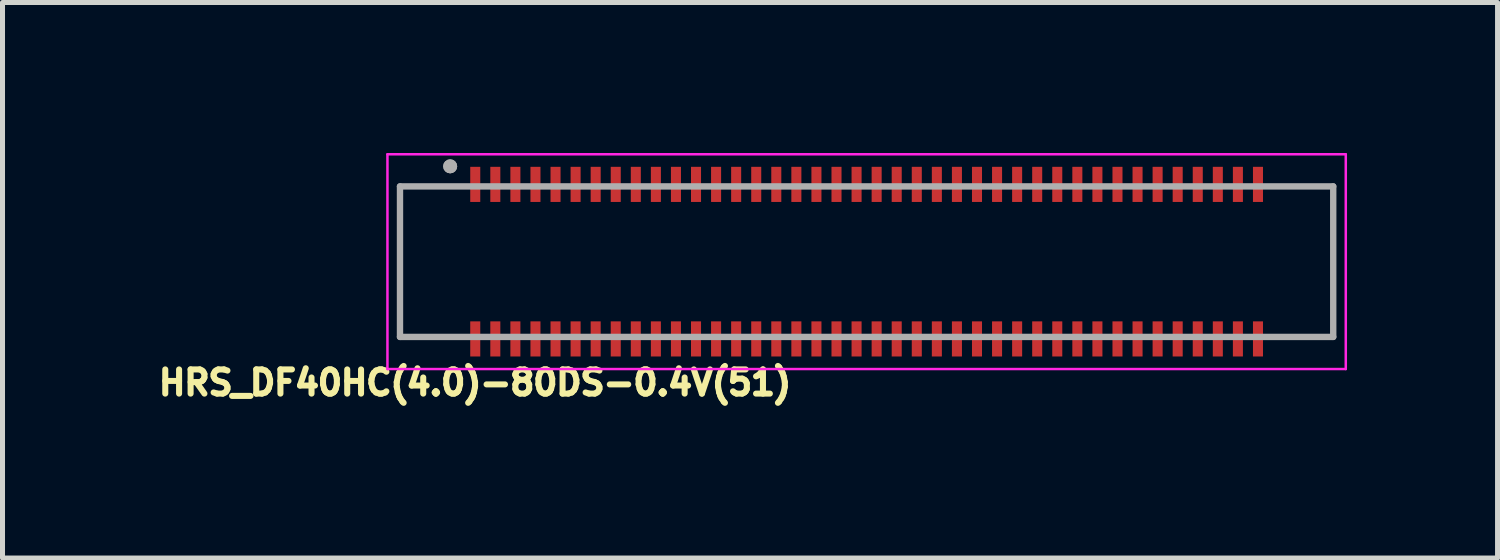
<source format=kicad_pcb>
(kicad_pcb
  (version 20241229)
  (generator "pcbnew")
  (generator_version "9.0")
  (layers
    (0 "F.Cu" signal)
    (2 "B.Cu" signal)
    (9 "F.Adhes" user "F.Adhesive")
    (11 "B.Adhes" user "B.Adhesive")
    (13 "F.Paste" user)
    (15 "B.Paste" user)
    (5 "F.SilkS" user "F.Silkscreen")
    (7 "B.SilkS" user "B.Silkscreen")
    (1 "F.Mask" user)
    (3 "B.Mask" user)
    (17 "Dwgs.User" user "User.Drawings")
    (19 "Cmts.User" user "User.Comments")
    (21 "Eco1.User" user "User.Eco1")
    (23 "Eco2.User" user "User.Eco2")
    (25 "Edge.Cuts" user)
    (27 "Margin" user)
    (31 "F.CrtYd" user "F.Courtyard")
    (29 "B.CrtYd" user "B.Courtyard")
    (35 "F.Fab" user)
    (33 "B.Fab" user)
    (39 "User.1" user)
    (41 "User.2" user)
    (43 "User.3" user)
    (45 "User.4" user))
  (footprint "HRS_DF40HC(4.0)-80DS-0.4V(51)"
    (layer "F.Cu")
    (at 14.222 2.165)
    (property "Reference" "HRS_DF40HC(4.0)-80DS-0.4V(51)" (at -7.804 2.413 0) (layer "F.SilkS") (effects (font (size 0.482 0.482) (thickness 0.15))))
    (attr smd)
    (fp_line (start -9.55 -2.14) (end -9.55 2.14) (stroke (width 0.05) (type solid)) (layer "F.CrtYd"))
    (fp_line (start -9.55 2.14) (end 9.55 2.14) (stroke (width 0.05) (type solid)) (layer "F.CrtYd"))
    (fp_line (start 9.55 -2.14) (end -9.55 -2.14) (stroke (width 0.05) (type solid)) (layer "F.CrtYd"))
    (fp_line (start 9.55 2.14) (end 9.55 -2.14) (stroke (width 0.05) (type solid)) (layer "F.CrtYd"))
    (fp_line (start -9.3 -1.5) (end -9.3 1.5) (stroke (width 0.127) (type solid)) (layer "F.Fab"))
    (fp_line (start -9.3 1.5) (end 9.3 1.5) (stroke (width 0.127) (type solid)) (layer "F.Fab"))
    (fp_line (start 9.3 -1.5) (end -9.3 -1.5) (stroke (width 0.127) (type solid)) (layer "F.Fab"))
    (fp_line (start 9.3 1.5) (end 9.3 -1.5) (stroke (width 0.127) (type solid)) (layer "F.Fab"))
    (fp_circle (center -8.3 -1.9) (end -8.23 -1.9) (stroke (width 0.14) (type solid)) (fill no) (layer "F.Fab"))
    (fp_circle (center -8.3 -1.9) (end -8.23 -1.9) (stroke (width 0.14) (type solid)) (fill no) (layer "F.Fab"))
    (pad "1" smd rect (at -7.8 -1.54) (size 0.2 0.7) (layers "F.Cu" "F.Mask" "F.Paste"))
    (pad "2" smd rect (at -7.8 1.54 180) (size 0.2 0.7) (layers "F.Cu" "F.Mask" "F.Paste"))
    (pad "3" smd rect (at -7.4 -1.54) (size 0.2 0.7) (layers "F.Cu" "F.Mask" "F.Paste"))
    (pad "4" smd rect (at -7.4 1.54 180) (size 0.2 0.7) (layers "F.Cu" "F.Mask" "F.Paste"))
    (pad "5" smd rect (at -7 -1.54) (size 0.2 0.7) (layers "F.Cu" "F.Mask" "F.Paste"))
    (pad "6" smd rect (at -7 1.54 180) (size 0.2 0.7) (layers "F.Cu" "F.Mask" "F.Paste"))
    (pad "7" smd rect (at -6.6 -1.54) (size 0.2 0.7) (layers "F.Cu" "F.Mask" "F.Paste"))
    (pad "8" smd rect (at -6.6 1.54 180) (size 0.2 0.7) (layers "F.Cu" "F.Mask" "F.Paste"))
    (pad "9" smd rect (at -6.2 -1.54) (size 0.2 0.7) (layers "F.Cu" "F.Mask" "F.Paste"))
    (pad "10" smd rect (at -6.2 1.54 180) (size 0.2 0.7) (layers "F.Cu" "F.Mask" "F.Paste"))
    (pad "11" smd rect (at -5.8 -1.54) (size 0.2 0.7) (layers "F.Cu" "F.Mask" "F.Paste"))
    (pad "12" smd rect (at -5.8 1.54 180) (size 0.2 0.7) (layers "F.Cu" "F.Mask" "F.Paste"))
    (pad "13" smd rect (at -5.4 -1.54) (size 0.2 0.7) (layers "F.Cu" "F.Mask" "F.Paste"))
    (pad "14" smd rect (at -5.4 1.54 180) (size 0.2 0.7) (layers "F.Cu" "F.Mask" "F.Paste"))
    (pad "15" smd rect (at -5 -1.54) (size 0.2 0.7) (layers "F.Cu" "F.Mask" "F.Paste"))
    (pad "16" smd rect (at -5 1.54 180) (size 0.2 0.7) (layers "F.Cu" "F.Mask" "F.Paste"))
    (pad "17" smd rect (at -4.6 -1.54) (size 0.2 0.7) (layers "F.Cu" "F.Mask" "F.Paste"))
    (pad "18" smd rect (at -4.6 1.54 180) (size 0.2 0.7) (layers "F.Cu" "F.Mask" "F.Paste"))
    (pad "19" smd rect (at -4.2 -1.54) (size 0.2 0.7) (layers "F.Cu" "F.Mask" "F.Paste"))
    (pad "20" smd rect (at -4.2 1.54 180) (size 0.2 0.7) (layers "F.Cu" "F.Mask" "F.Paste"))
    (pad "21" smd rect (at -3.8 -1.54) (size 0.2 0.7) (layers "F.Cu" "F.Mask" "F.Paste"))
    (pad "22" smd rect (at -3.8 1.54 180) (size 0.2 0.7) (layers "F.Cu" "F.Mask" "F.Paste"))
    (pad "23" smd rect (at -3.4 -1.54) (size 0.2 0.7) (layers "F.Cu" "F.Mask" "F.Paste"))
    (pad "24" smd rect (at -3.4 1.54 180) (size 0.2 0.7) (layers "F.Cu" "F.Mask" "F.Paste"))
    (pad "25" smd rect (at -3 -1.54) (size 0.2 0.7) (layers "F.Cu" "F.Mask" "F.Paste"))
    (pad "26" smd rect (at -3 1.54 180) (size 0.2 0.7) (layers "F.Cu" "F.Mask" "F.Paste"))
    (pad "27" smd rect (at -2.6 -1.54) (size 0.2 0.7) (layers "F.Cu" "F.Mask" "F.Paste"))
    (pad "28" smd rect (at -2.6 1.54 180) (size 0.2 0.7) (layers "F.Cu" "F.Mask" "F.Paste"))
    (pad "29" smd rect (at -2.2 -1.54) (size 0.2 0.7) (layers "F.Cu" "F.Mask" "F.Paste"))
    (pad "30" smd rect (at -2.2 1.54 180) (size 0.2 0.7) (layers "F.Cu" "F.Mask" "F.Paste"))
    (pad "31" smd rect (at -1.8 -1.54) (size 0.2 0.7) (layers "F.Cu" "F.Mask" "F.Paste"))
    (pad "32" smd rect (at -1.8 1.54 180) (size 0.2 0.7) (layers "F.Cu" "F.Mask" "F.Paste"))
    (pad "33" smd rect (at -1.4 -1.54) (size 0.2 0.7) (layers "F.Cu" "F.Mask" "F.Paste"))
    (pad "34" smd rect (at -1.4 1.54 180) (size 0.2 0.7) (layers "F.Cu" "F.Mask" "F.Paste"))
    (pad "35" smd rect (at -1 -1.54) (size 0.2 0.7) (layers "F.Cu" "F.Mask" "F.Paste"))
    (pad "36" smd rect (at -1 1.54 180) (size 0.2 0.7) (layers "F.Cu" "F.Mask" "F.Paste"))
    (pad "37" smd rect (at -0.6 -1.54) (size 0.2 0.7) (layers "F.Cu" "F.Mask" "F.Paste"))
    (pad "38" smd rect (at -0.6 1.54 180) (size 0.2 0.7) (layers "F.Cu" "F.Mask" "F.Paste"))
    (pad "39" smd rect (at -0.2 -1.54) (size 0.2 0.7) (layers "F.Cu" "F.Mask" "F.Paste"))
    (pad "40" smd rect (at -0.2 1.54 180) (size 0.2 0.7) (layers "F.Cu" "F.Mask" "F.Paste"))
    (pad "41" smd rect (at 0.2 -1.54) (size 0.2 0.7) (layers "F.Cu" "F.Mask" "F.Paste"))
    (pad "42" smd rect (at 0.2 1.54 180) (size 0.2 0.7) (layers "F.Cu" "F.Mask" "F.Paste"))
    (pad "43" smd rect (at 0.6 -1.54) (size 0.2 0.7) (layers "F.Cu" "F.Mask" "F.Paste"))
    (pad "44" smd rect (at 0.6 1.54 180) (size 0.2 0.7) (layers "F.Cu" "F.Mask" "F.Paste"))
    (pad "45" smd rect (at 1 -1.54) (size 0.2 0.7) (layers "F.Cu" "F.Mask" "F.Paste"))
    (pad "46" smd rect (at 1 1.54 180) (size 0.2 0.7) (layers "F.Cu" "F.Mask" "F.Paste"))
    (pad "47" smd rect (at 1.4 -1.54) (size 0.2 0.7) (layers "F.Cu" "F.Mask" "F.Paste"))
    (pad "48" smd rect (at 1.4 1.54 180) (size 0.2 0.7) (layers "F.Cu" "F.Mask" "F.Paste"))
    (pad "49" smd rect (at 1.8 -1.54) (size 0.2 0.7) (layers "F.Cu" "F.Mask" "F.Paste"))
    (pad "50" smd rect (at 1.8 1.54 180) (size 0.2 0.7) (layers "F.Cu" "F.Mask" "F.Paste"))
    (pad "51" smd rect (at 2.2 -1.54) (size 0.2 0.7) (layers "F.Cu" "F.Mask" "F.Paste"))
    (pad "52" smd rect (at 2.2 1.54 180) (size 0.2 0.7) (layers "F.Cu" "F.Mask" "F.Paste"))
    (pad "53" smd rect (at 2.6 -1.54) (size 0.2 0.7) (layers "F.Cu" "F.Mask" "F.Paste"))
    (pad "54" smd rect (at 2.6 1.54 180) (size 0.2 0.7) (layers "F.Cu" "F.Mask" "F.Paste"))
    (pad "55" smd rect (at 3 -1.54) (size 0.2 0.7) (layers "F.Cu" "F.Mask" "F.Paste"))
    (pad "56" smd rect (at 3 1.54 180) (size 0.2 0.7) (layers "F.Cu" "F.Mask" "F.Paste"))
    (pad "57" smd rect (at 3.4 -1.54) (size 0.2 0.7) (layers "F.Cu" "F.Mask" "F.Paste"))
    (pad "58" smd rect (at 3.4 1.54 180) (size 0.2 0.7) (layers "F.Cu" "F.Mask" "F.Paste"))
    (pad "59" smd rect (at 3.8 -1.54) (size 0.2 0.7) (layers "F.Cu" "F.Mask" "F.Paste"))
    (pad "60" smd rect (at 3.8 1.54 180) (size 0.2 0.7) (layers "F.Cu" "F.Mask" "F.Paste"))
    (pad "61" smd rect (at 4.2 -1.54) (size 0.2 0.7) (layers "F.Cu" "F.Mask" "F.Paste"))
    (pad "62" smd rect (at 4.2 1.54 180) (size 0.2 0.7) (layers "F.Cu" "F.Mask" "F.Paste"))
    (pad "63" smd rect (at 4.6 -1.54) (size 0.2 0.7) (layers "F.Cu" "F.Mask" "F.Paste"))
    (pad "64" smd rect (at 4.6 1.54 180) (size 0.2 0.7) (layers "F.Cu" "F.Mask" "F.Paste"))
    (pad "65" smd rect (at 5 -1.54) (size 0.2 0.7) (layers "F.Cu" "F.Mask" "F.Paste"))
    (pad "66" smd rect (at 5 1.54 180) (size 0.2 0.7) (layers "F.Cu" "F.Mask" "F.Paste"))
    (pad "67" smd rect (at 5.4 -1.54) (size 0.2 0.7) (layers "F.Cu" "F.Mask" "F.Paste"))
    (pad "68" smd rect (at 5.4 1.54 180) (size 0.2 0.7) (layers "F.Cu" "F.Mask" "F.Paste"))
    (pad "69" smd rect (at 5.8 -1.54) (size 0.2 0.7) (layers "F.Cu" "F.Mask" "F.Paste"))
    (pad "70" smd rect (at 5.8 1.54 180) (size 0.2 0.7) (layers "F.Cu" "F.Mask" "F.Paste"))
    (pad "71" smd rect (at 6.2 -1.54) (size 0.2 0.7) (layers "F.Cu" "F.Mask" "F.Paste"))
    (pad "72" smd rect (at 6.2 1.54 180) (size 0.2 0.7) (layers "F.Cu" "F.Mask" "F.Paste"))
    (pad "73" smd rect (at 6.6 -1.54) (size 0.2 0.7) (layers "F.Cu" "F.Mask" "F.Paste"))
    (pad "74" smd rect (at 6.6 1.54 180) (size 0.2 0.7) (layers "F.Cu" "F.Mask" "F.Paste"))
    (pad "75" smd rect (at 7 -1.54) (size 0.2 0.7) (layers "F.Cu" "F.Mask" "F.Paste"))
    (pad "76" smd rect (at 7 1.54 180) (size 0.2 0.7) (layers "F.Cu" "F.Mask" "F.Paste"))
    (pad "77" smd rect (at 7.4 -1.54) (size 0.2 0.7) (layers "F.Cu" "F.Mask" "F.Paste"))
    (pad "78" smd rect (at 7.4 1.54 180) (size 0.2 0.7) (layers "F.Cu" "F.Mask" "F.Paste"))
    (pad "79" smd rect (at 7.8 -1.54) (size 0.2 0.7) (layers "F.Cu" "F.Mask" "F.Paste"))
    (pad "80" smd rect (at 7.8 1.54 180) (size 0.2 0.7) (layers "F.Cu" "F.Mask" "F.Paste"))
    (zone (net_name "") (layer "F.Cu") (hatch full 0.508) (connect_pads) (min_thickness 0) (filled_areas_thickness no) (keepout (tracks not_allowed) (vias not_allowed) (pads not_allowed) (copperpour not_allowed) (footprints allowed)) (placement (enabled no)) (fill) (polygon (pts (xy 6.322 3.355) (xy 6.522 3.355) (xy 6.522 2.625) (xy 6.322 2.625))))
    (zone (net_name "") (layer "F.Cu") (hatch full 0.508) (connect_pads) (min_thickness 0) (filled_areas_thickness no) (keepout (tracks not_allowed) (vias not_allowed) (pads not_allowed) (copperpour not_allowed) (footprints allowed)) (placement (enabled no)) (fill) (polygon (pts (xy 6.522 0.975) (xy 6.322 0.975) (xy 6.322 1.705) (xy 6.522 1.705))))
    (zone (net_name "") (layer "F.Cu") (hatch full 0.508) (connect_pads) (min_thickness 0) (filled_areas_thickness no) (keepout (tracks not_allowed) (vias not_allowed) (pads not_allowed) (copperpour not_allowed) (footprints allowed)) (placement (enabled no)) (fill) (polygon (pts (xy 6.722 3.355) (xy 6.922 3.355) (xy 6.922 2.625) (xy 6.722 2.625))))
    (zone (net_name "") (layer "F.Cu") (hatch full 0.508) (connect_pads) (min_thickness 0) (filled_areas_thickness no) (keepout (tracks not_allowed) (vias not_allowed) (pads not_allowed) (copperpour not_allowed) (footprints allowed)) (placement (enabled no)) (fill) (polygon (pts (xy 6.922 0.975) (xy 6.722 0.975) (xy 6.722 1.705) (xy 6.922 1.705))))
    (zone (net_name "") (layer "F.Cu") (hatch full 0.508) (connect_pads) (min_thickness 0) (filled_areas_thickness no) (keepout (tracks not_allowed) (vias not_allowed) (pads not_allowed) (copperpour not_allowed) (footprints allowed)) (placement (enabled no)) (fill) (polygon (pts (xy 7.122 3.355) (xy 7.322 3.355) (xy 7.322 2.625) (xy 7.122 2.625))))
    (zone (net_name "") (layer "F.Cu") (hatch full 0.508) (connect_pads) (min_thickness 0) (filled_areas_thickness no) (keepout (tracks not_allowed) (vias not_allowed) (pads not_allowed) (copperpour not_allowed) (footprints allowed)) (placement (enabled no)) (fill) (polygon (pts (xy 7.322 0.975) (xy 7.122 0.975) (xy 7.122 1.705) (xy 7.322 1.705))))
    (zone (net_name "") (layer "F.Cu") (hatch full 0.508) (connect_pads) (min_thickness 0) (filled_areas_thickness no) (keepout (tracks not_allowed) (vias not_allowed) (pads not_allowed) (copperpour not_allowed) (footprints allowed)) (placement (enabled no)) (fill) (polygon (pts (xy 7.522 3.355) (xy 7.722 3.355) (xy 7.722 2.625) (xy 7.522 2.625))))
    (zone (net_name "") (layer "F.Cu") (hatch full 0.508) (connect_pads) (min_thickness 0) (filled_areas_thickness no) (keepout (tracks not_allowed) (vias not_allowed) (pads not_allowed) (copperpour not_allowed) (footprints allowed)) (placement (enabled no)) (fill) (polygon (pts (xy 7.722 0.975) (xy 7.522 0.975) (xy 7.522 1.705) (xy 7.722 1.705))))
    (zone (net_name "") (layer "F.Cu") (hatch full 0.508) (connect_pads) (min_thickness 0) (filled_areas_thickness no) (keepout (tracks not_allowed) (vias not_allowed) (pads not_allowed) (copperpour not_allowed) (footprints allowed)) (placement (enabled no)) (fill) (polygon (pts (xy 7.922 3.355) (xy 8.122 3.355) (xy 8.122 2.625) (xy 7.922 2.625))))
    (zone (net_name "") (layer "F.Cu") (hatch full 0.508) (connect_pads) (min_thickness 0) (filled_areas_thickness no) (keepout (tracks not_allowed) (vias not_allowed) (pads not_allowed) (copperpour not_allowed) (footprints allowed)) (placement (enabled no)) (fill) (polygon (pts (xy 8.122 0.975) (xy 7.922 0.975) (xy 7.922 1.705) (xy 8.122 1.705))))
    (zone (net_name "") (layer "F.Cu") (hatch full 0.508) (connect_pads) (min_thickness 0) (filled_areas_thickness no) (keepout (tracks not_allowed) (vias not_allowed) (pads not_allowed) (copperpour not_allowed) (footprints allowed)) (placement (enabled no)) (fill) (polygon (pts (xy 8.322 3.355) (xy 8.522 3.355) (xy 8.522 2.625) (xy 8.322 2.625))))
    (zone (net_name "") (layer "F.Cu") (hatch full 0.508) (connect_pads) (min_thickness 0) (filled_areas_thickness no) (keepout (tracks not_allowed) (vias not_allowed) (pads not_allowed) (copperpour not_allowed) (footprints allowed)) (placement (enabled no)) (fill) (polygon (pts (xy 8.522 0.975) (xy 8.322 0.975) (xy 8.322 1.705) (xy 8.522 1.705))))
    (zone (net_name "") (layer "F.Cu") (hatch full 0.508) (connect_pads) (min_thickness 0) (filled_areas_thickness no) (keepout (tracks not_allowed) (vias not_allowed) (pads not_allowed) (copperpour not_allowed) (footprints allowed)) (placement (enabled no)) (fill) (polygon (pts (xy 8.722 3.355) (xy 8.922 3.355) (xy 8.922 2.625) (xy 8.722 2.625))))
    (zone (net_name "") (layer "F.Cu") (hatch full 0.508) (connect_pads) (min_thickness 0) (filled_areas_thickness no) (keepout (tracks not_allowed) (vias not_allowed) (pads not_allowed) (copperpour not_allowed) (footprints allowed)) (placement (enabled no)) (fill) (polygon (pts (xy 8.922 0.975) (xy 8.722 0.975) (xy 8.722 1.705) (xy 8.922 1.705))))
    (zone (net_name "") (layer "F.Cu") (hatch full 0.508) (connect_pads) (min_thickness 0) (filled_areas_thickness no) (keepout (tracks not_allowed) (vias not_allowed) (pads not_allowed) (copperpour not_allowed) (footprints allowed)) (placement (enabled no)) (fill) (polygon (pts (xy 9.122 3.355) (xy 9.322 3.355) (xy 9.322 2.625) (xy 9.122 2.625))))
    (zone (net_name "") (layer "F.Cu") (hatch full 0.508) (connect_pads) (min_thickness 0) (filled_areas_thickness no) (keepout (tracks not_allowed) (vias not_allowed) (pads not_allowed) (copperpour not_allowed) (footprints allowed)) (placement (enabled no)) (fill) (polygon (pts (xy 9.322 0.975) (xy 9.122 0.975) (xy 9.122 1.705) (xy 9.322 1.705))))
    (zone (net_name "") (layer "F.Cu") (hatch full 0.508) (connect_pads) (min_thickness 0) (filled_areas_thickness no) (keepout (tracks not_allowed) (vias not_allowed) (pads not_allowed) (copperpour not_allowed) (footprints allowed)) (placement (enabled no)) (fill) (polygon (pts (xy 9.522 3.355) (xy 9.722 3.355) (xy 9.722 2.625) (xy 9.522 2.625))))
    (zone (net_name "") (layer "F.Cu") (hatch full 0.508) (connect_pads) (min_thickness 0) (filled_areas_thickness no) (keepout (tracks not_allowed) (vias not_allowed) (pads not_allowed) (copperpour not_allowed) (footprints allowed)) (placement (enabled no)) (fill) (polygon (pts (xy 9.722 0.975) (xy 9.522 0.975) (xy 9.522 1.705) (xy 9.722 1.705))))
    (zone (net_name "") (layer "F.Cu") (hatch full 0.508) (connect_pads) (min_thickness 0) (filled_areas_thickness no) (keepout (tracks not_allowed) (vias not_allowed) (pads not_allowed) (copperpour not_allowed) (footprints allowed)) (placement (enabled no)) (fill) (polygon (pts (xy 9.922 3.355) (xy 10.122 3.355) (xy 10.122 2.625) (xy 9.922 2.625))))
    (zone (net_name "") (layer "F.Cu") (hatch full 0.508) (connect_pads) (min_thickness 0) (filled_areas_thickness no) (keepout (tracks not_allowed) (vias not_allowed) (pads not_allowed) (copperpour not_allowed) (footprints allowed)) (placement (enabled no)) (fill) (polygon (pts (xy 10.122 0.975) (xy 9.922 0.975) (xy 9.922 1.705) (xy 10.122 1.705))))
    (zone (net_name "") (layer "F.Cu") (hatch full 0.508) (connect_pads) (min_thickness 0) (filled_areas_thickness no) (keepout (tracks not_allowed) (vias not_allowed) (pads not_allowed) (copperpour not_allowed) (footprints allowed)) (placement (enabled no)) (fill) (polygon (pts (xy 10.322 3.355) (xy 10.522 3.355) (xy 10.522 2.625) (xy 10.322 2.625))))
    (zone (net_name "") (layer "F.Cu") (hatch full 0.508) (connect_pads) (min_thickness 0) (filled_areas_thickness no) (keepout (tracks not_allowed) (vias not_allowed) (pads not_allowed) (copperpour not_allowed) (footprints allowed)) (placement (enabled no)) (fill) (polygon (pts (xy 10.522 0.975) (xy 10.322 0.975) (xy 10.322 1.705) (xy 10.522 1.705))))
    (zone (net_name "") (layer "F.Cu") (hatch full 0.508) (connect_pads) (min_thickness 0) (filled_areas_thickness no) (keepout (tracks not_allowed) (vias not_allowed) (pads not_allowed) (copperpour not_allowed) (footprints allowed)) (placement (enabled no)) (fill) (polygon (pts (xy 10.722 3.355) (xy 10.922 3.355) (xy 10.922 2.625) (xy 10.722 2.625))))
    (zone (net_name "") (layer "F.Cu") (hatch full 0.508) (connect_pads) (min_thickness 0) (filled_areas_thickness no) (keepout (tracks not_allowed) (vias not_allowed) (pads not_allowed) (copperpour not_allowed) (footprints allowed)) (placement (enabled no)) (fill) (polygon (pts (xy 10.922 0.975) (xy 10.722 0.975) (xy 10.722 1.705) (xy 10.922 1.705))))
    (zone (net_name "") (layer "F.Cu") (hatch full 0.508) (connect_pads) (min_thickness 0) (filled_areas_thickness no) (keepout (tracks not_allowed) (vias not_allowed) (pads not_allowed) (copperpour not_allowed) (footprints allowed)) (placement (enabled no)) (fill) (polygon (pts (xy 11.122 3.355) (xy 11.322 3.355) (xy 11.322 2.625) (xy 11.122 2.625))))
    (zone (net_name "") (layer "F.Cu") (hatch full 0.508) (connect_pads) (min_thickness 0) (filled_areas_thickness no) (keepout (tracks not_allowed) (vias not_allowed) (pads not_allowed) (copperpour not_allowed) (footprints allowed)) (placement (enabled no)) (fill) (polygon (pts (xy 11.322 0.975) (xy 11.122 0.975) (xy 11.122 1.705) (xy 11.322 1.705))))
    (zone (net_name "") (layer "F.Cu") (hatch full 0.508) (connect_pads) (min_thickness 0) (filled_areas_thickness no) (keepout (tracks not_allowed) (vias not_allowed) (pads not_allowed) (copperpour not_allowed) (footprints allowed)) (placement (enabled no)) (fill) (polygon (pts (xy 11.522 3.355) (xy 11.722 3.355) (xy 11.722 2.625) (xy 11.522 2.625))))
    (zone (net_name "") (layer "F.Cu") (hatch full 0.508) (connect_pads) (min_thickness 0) (filled_areas_thickness no) (keepout (tracks not_allowed) (vias not_allowed) (pads not_allowed) (copperpour not_allowed) (footprints allowed)) (placement (enabled no)) (fill) (polygon (pts (xy 11.722 0.975) (xy 11.522 0.975) (xy 11.522 1.705) (xy 11.722 1.705))))
    (zone (net_name "") (layer "F.Cu") (hatch full 0.508) (connect_pads) (min_thickness 0) (filled_areas_thickness no) (keepout (tracks not_allowed) (vias not_allowed) (pads not_allowed) (copperpour not_allowed) (footprints allowed)) (placement (enabled no)) (fill) (polygon (pts (xy 11.922 3.355) (xy 12.122 3.355) (xy 12.122 2.625) (xy 11.922 2.625))))
    (zone (net_name "") (layer "F.Cu") (hatch full 0.508) (connect_pads) (min_thickness 0) (filled_areas_thickness no) (keepout (tracks not_allowed) (vias not_allowed) (pads not_allowed) (copperpour not_allowed) (footprints allowed)) (placement (enabled no)) (fill) (polygon (pts (xy 12.122 0.975) (xy 11.922 0.975) (xy 11.922 1.705) (xy 12.122 1.705))))
    (zone (net_name "") (layer "F.Cu") (hatch full 0.508) (connect_pads) (min_thickness 0) (filled_areas_thickness no) (keepout (tracks not_allowed) (vias not_allowed) (pads not_allowed) (copperpour not_allowed) (footprints allowed)) (placement (enabled no)) (fill) (polygon (pts (xy 12.322 3.355) (xy 12.522 3.355) (xy 12.522 2.625) (xy 12.322 2.625))))
    (zone (net_name "") (layer "F.Cu") (hatch full 0.508) (connect_pads) (min_thickness 0) (filled_areas_thickness no) (keepout (tracks not_allowed) (vias not_allowed) (pads not_allowed) (copperpour not_allowed) (footprints allowed)) (placement (enabled no)) (fill) (polygon (pts (xy 12.522 0.975) (xy 12.322 0.975) (xy 12.322 1.705) (xy 12.522 1.705))))
    (zone (net_name "") (layer "F.Cu") (hatch full 0.508) (connect_pads) (min_thickness 0) (filled_areas_thickness no) (keepout (tracks not_allowed) (vias not_allowed) (pads not_allowed) (copperpour not_allowed) (footprints allowed)) (placement (enabled no)) (fill) (polygon (pts (xy 12.722 3.355) (xy 12.922 3.355) (xy 12.922 2.625) (xy 12.722 2.625))))
    (zone (net_name "") (layer "F.Cu") (hatch full 0.508) (connect_pads) (min_thickness 0) (filled_areas_thickness no) (keepout (tracks not_allowed) (vias not_allowed) (pads not_allowed) (copperpour not_allowed) (footprints allowed)) (placement (enabled no)) (fill) (polygon (pts (xy 12.922 0.975) (xy 12.722 0.975) (xy 12.722 1.705) (xy 12.922 1.705))))
    (zone (net_name "") (layer "F.Cu") (hatch full 0.508) (connect_pads) (min_thickness 0) (filled_areas_thickness no) (keepout (tracks not_allowed) (vias not_allowed) (pads not_allowed) (copperpour not_allowed) (footprints allowed)) (placement (enabled no)) (fill) (polygon (pts (xy 13.122 3.355) (xy 13.322 3.355) (xy 13.322 2.625) (xy 13.122 2.625))))
    (zone (net_name "") (layer "F.Cu") (hatch full 0.508) (connect_pads) (min_thickness 0) (filled_areas_thickness no) (keepout (tracks not_allowed) (vias not_allowed) (pads not_allowed) (copperpour not_allowed) (footprints allowed)) (placement (enabled no)) (fill) (polygon (pts (xy 13.322 0.975) (xy 13.122 0.975) (xy 13.122 1.705) (xy 13.322 1.705))))
    (zone (net_name "") (layer "F.Cu") (hatch full 0.508) (connect_pads) (min_thickness 0) (filled_areas_thickness no) (keepout (tracks not_allowed) (vias not_allowed) (pads not_allowed) (copperpour not_allowed) (footprints allowed)) (placement (enabled no)) (fill) (polygon (pts (xy 13.522 3.355) (xy 13.722 3.355) (xy 13.722 2.625) (xy 13.522 2.625))))
    (zone (net_name "") (layer "F.Cu") (hatch full 0.508) (connect_pads) (min_thickness 0) (filled_areas_thickness no) (keepout (tracks not_allowed) (vias not_allowed) (pads not_allowed) (copperpour not_allowed) (footprints allowed)) (placement (enabled no)) (fill) (polygon (pts (xy 13.722 0.975) (xy 13.522 0.975) (xy 13.522 1.705) (xy 13.722 1.705))))
    (zone (net_name "") (layer "F.Cu") (hatch full 0.508) (connect_pads) (min_thickness 0) (filled_areas_thickness no) (keepout (tracks not_allowed) (vias not_allowed) (pads not_allowed) (copperpour not_allowed) (footprints allowed)) (placement (enabled no)) (fill) (polygon (pts (xy 13.922 3.355) (xy 14.122 3.355) (xy 14.122 2.625) (xy 13.922 2.625))))
    (zone (net_name "") (layer "F.Cu") (hatch full 0.508) (connect_pads) (min_thickness 0) (filled_areas_thickness no) (keepout (tracks not_allowed) (vias not_allowed) (pads not_allowed) (copperpour not_allowed) (footprints allowed)) (placement (enabled no)) (fill) (polygon (pts (xy 14.122 0.975) (xy 13.922 0.975) (xy 13.922 1.705) (xy 14.122 1.705))))
    (zone (net_name "") (layer "F.Cu") (hatch full 0.508) (connect_pads) (min_thickness 0) (filled_areas_thickness no) (keepout (tracks not_allowed) (vias not_allowed) (pads not_allowed) (copperpour not_allowed) (footprints allowed)) (placement (enabled no)) (fill) (polygon (pts (xy 14.322 3.355) (xy 14.522 3.355) (xy 14.522 2.625) (xy 14.322 2.625))))
    (zone (net_name "") (layer "F.Cu") (hatch full 0.508) (connect_pads) (min_thickness 0) (filled_areas_thickness no) (keepout (tracks not_allowed) (vias not_allowed) (pads not_allowed) (copperpour not_allowed) (footprints allowed)) (placement (enabled no)) (fill) (polygon (pts (xy 14.522 0.975) (xy 14.322 0.975) (xy 14.322 1.705) (xy 14.522 1.705))))
    (zone (net_name "") (layer "F.Cu") (hatch full 0.508) (connect_pads) (min_thickness 0) (filled_areas_thickness no) (keepout (tracks not_allowed) (vias not_allowed) (pads not_allowed) (copperpour not_allowed) (footprints allowed)) (placement (enabled no)) (fill) (polygon (pts (xy 14.722 3.355) (xy 14.922 3.355) (xy 14.922 2.625) (xy 14.722 2.625))))
    (zone (net_name "") (layer "F.Cu") (hatch full 0.508) (connect_pads) (min_thickness 0) (filled_areas_thickness no) (keepout (tracks not_allowed) (vias not_allowed) (pads not_allowed) (copperpour not_allowed) (footprints allowed)) (placement (enabled no)) (fill) (polygon (pts (xy 14.922 0.975) (xy 14.722 0.975) (xy 14.722 1.705) (xy 14.922 1.705))))
    (zone (net_name "") (layer "F.Cu") (hatch full 0.508) (connect_pads) (min_thickness 0) (filled_areas_thickness no) (keepout (tracks not_allowed) (vias not_allowed) (pads not_allowed) (copperpour not_allowed) (footprints allowed)) (placement (enabled no)) (fill) (polygon (pts (xy 15.122 3.355) (xy 15.322 3.355) (xy 15.322 2.625) (xy 15.122 2.625))))
    (zone (net_name "") (layer "F.Cu") (hatch full 0.508) (connect_pads) (min_thickness 0) (filled_areas_thickness no) (keepout (tracks not_allowed) (vias not_allowed) (pads not_allowed) (copperpour not_allowed) (footprints allowed)) (placement (enabled no)) (fill) (polygon (pts (xy 15.322 0.975) (xy 15.122 0.975) (xy 15.122 1.705) (xy 15.322 1.705))))
    (zone (net_name "") (layer "F.Cu") (hatch full 0.508) (connect_pads) (min_thickness 0) (filled_areas_thickness no) (keepout (tracks not_allowed) (vias not_allowed) (pads not_allowed) (copperpour not_allowed) (footprints allowed)) (placement (enabled no)) (fill) (polygon (pts (xy 15.522 3.355) (xy 15.722 3.355) (xy 15.722 2.625) (xy 15.522 2.625))))
    (zone (net_name "") (layer "F.Cu") (hatch full 0.508) (connect_pads) (min_thickness 0) (filled_areas_thickness no) (keepout (tracks not_allowed) (vias not_allowed) (pads not_allowed) (copperpour not_allowed) (footprints allowed)) (placement (enabled no)) (fill) (polygon (pts (xy 15.722 0.975) (xy 15.522 0.975) (xy 15.522 1.705) (xy 15.722 1.705))))
    (zone (net_name "") (layer "F.Cu") (hatch full 0.508) (connect_pads) (min_thickness 0) (filled_areas_thickness no) (keepout (tracks not_allowed) (vias not_allowed) (pads not_allowed) (copperpour not_allowed) (footprints allowed)) (placement (enabled no)) (fill) (polygon (pts (xy 15.922 3.355) (xy 16.122 3.355) (xy 16.122 2.625) (xy 15.922 2.625))))
    (zone (net_name "") (layer "F.Cu") (hatch full 0.508) (connect_pads) (min_thickness 0) (filled_areas_thickness no) (keepout (tracks not_allowed) (vias not_allowed) (pads not_allowed) (copperpour not_allowed) (footprints allowed)) (placement (enabled no)) (fill) (polygon (pts (xy 16.122 0.975) (xy 15.922 0.975) (xy 15.922 1.705) (xy 16.122 1.705))))
    (zone (net_name "") (layer "F.Cu") (hatch full 0.508) (connect_pads) (min_thickness 0) (filled_areas_thickness no) (keepout (tracks not_allowed) (vias not_allowed) (pads not_allowed) (copperpour not_allowed) (footprints allowed)) (placement (enabled no)) (fill) (polygon (pts (xy 16.322 3.355) (xy 16.522 3.355) (xy 16.522 2.625) (xy 16.322 2.625))))
    (zone (net_name "") (layer "F.Cu") (hatch full 0.508) (connect_pads) (min_thickness 0) (filled_areas_thickness no) (keepout (tracks not_allowed) (vias not_allowed) (pads not_allowed) (copperpour not_allowed) (footprints allowed)) (placement (enabled no)) (fill) (polygon (pts (xy 16.522 0.975) (xy 16.322 0.975) (xy 16.322 1.705) (xy 16.522 1.705))))
    (zone (net_name "") (layer "F.Cu") (hatch full 0.508) (connect_pads) (min_thickness 0) (filled_areas_thickness no) (keepout (tracks not_allowed) (vias not_allowed) (pads not_allowed) (copperpour not_allowed) (footprints allowed)) (placement (enabled no)) (fill) (polygon (pts (xy 16.722 3.355) (xy 16.922 3.355) (xy 16.922 2.625) (xy 16.722 2.625))))
    (zone (net_name "") (layer "F.Cu") (hatch full 0.508) (connect_pads) (min_thickness 0) (filled_areas_thickness no) (keepout (tracks not_allowed) (vias not_allowed) (pads not_allowed) (copperpour not_allowed) (footprints allowed)) (placement (enabled no)) (fill) (polygon (pts (xy 16.922 0.975) (xy 16.722 0.975) (xy 16.722 1.705) (xy 16.922 1.705))))
    (zone (net_name "") (layer "F.Cu") (hatch full 0.508) (connect_pads) (min_thickness 0) (filled_areas_thickness no) (keepout (tracks not_allowed) (vias not_allowed) (pads not_allowed) (copperpour not_allowed) (footprints allowed)) (placement (enabled no)) (fill) (polygon (pts (xy 17.122 3.355) (xy 17.322 3.355) (xy 17.322 2.625) (xy 17.122 2.625))))
    (zone (net_name "") (layer "F.Cu") (hatch full 0.508) (connect_pads) (min_thickness 0) (filled_areas_thickness no) (keepout (tracks not_allowed) (vias not_allowed) (pads not_allowed) (copperpour not_allowed) (footprints allowed)) (placement (enabled no)) (fill) (polygon (pts (xy 17.322 0.975) (xy 17.122 0.975) (xy 17.122 1.705) (xy 17.322 1.705))))
    (zone (net_name "") (layer "F.Cu") (hatch full 0.508) (connect_pads) (min_thickness 0) (filled_areas_thickness no) (keepout (tracks not_allowed) (vias not_allowed) (pads not_allowed) (copperpour not_allowed) (footprints allowed)) (placement (enabled no)) (fill) (polygon (pts (xy 17.522 3.355) (xy 17.722 3.355) (xy 17.722 2.625) (xy 17.522 2.625))))
    (zone (net_name "") (layer "F.Cu") (hatch full 0.508) (connect_pads) (min_thickness 0) (filled_areas_thickness no) (keepout (tracks not_allowed) (vias not_allowed) (pads not_allowed) (copperpour not_allowed) (footprints allowed)) (placement (enabled no)) (fill) (polygon (pts (xy 17.722 0.975) (xy 17.522 0.975) (xy 17.522 1.705) (xy 17.722 1.705))))
    (zone (net_name "") (layer "F.Cu") (hatch full 0.508) (connect_pads) (min_thickness 0) (filled_areas_thickness no) (keepout (tracks not_allowed) (vias not_allowed) (pads not_allowed) (copperpour not_allowed) (footprints allowed)) (placement (enabled no)) (fill) (polygon (pts (xy 17.922 3.355) (xy 18.122 3.355) (xy 18.122 2.625) (xy 17.922 2.625))))
    (zone (net_name "") (layer "F.Cu") (hatch full 0.508) (connect_pads) (min_thickness 0) (filled_areas_thickness no) (keepout (tracks not_allowed) (vias not_allowed) (pads not_allowed) (copperpour not_allowed) (footprints allowed)) (placement (enabled no)) (fill) (polygon (pts (xy 18.122 0.975) (xy 17.922 0.975) (xy 17.922 1.705) (xy 18.122 1.705))))
    (zone (net_name "") (layer "F.Cu") (hatch full 0.508) (connect_pads) (min_thickness 0) (filled_areas_thickness no) (keepout (tracks not_allowed) (vias not_allowed) (pads not_allowed) (copperpour not_allowed) (footprints allowed)) (placement (enabled no)) (fill) (polygon (pts (xy 18.322 3.355) (xy 18.522 3.355) (xy 18.522 2.625) (xy 18.322 2.625))))
    (zone (net_name "") (layer "F.Cu") (hatch full 0.508) (connect_pads) (min_thickness 0) (filled_areas_thickness no) (keepout (tracks not_allowed) (vias not_allowed) (pads not_allowed) (copperpour not_allowed) (footprints allowed)) (placement (enabled no)) (fill) (polygon (pts (xy 18.522 0.975) (xy 18.322 0.975) (xy 18.322 1.705) (xy 18.522 1.705))))
    (zone (net_name "") (layer "F.Cu") (hatch full 0.508) (connect_pads) (min_thickness 0) (filled_areas_thickness no) (keepout (tracks not_allowed) (vias not_allowed) (pads not_allowed) (copperpour not_allowed) (footprints allowed)) (placement (enabled no)) (fill) (polygon (pts (xy 18.722 3.355) (xy 18.922 3.355) (xy 18.922 2.625) (xy 18.722 2.625))))
    (zone (net_name "") (layer "F.Cu") (hatch full 0.508) (connect_pads) (min_thickness 0) (filled_areas_thickness no) (keepout (tracks not_allowed) (vias not_allowed) (pads not_allowed) (copperpour not_allowed) (footprints allowed)) (placement (enabled no)) (fill) (polygon (pts (xy 18.922 0.975) (xy 18.722 0.975) (xy 18.722 1.705) (xy 18.922 1.705))))
    (zone (net_name "") (layer "F.Cu") (hatch full 0.508) (connect_pads) (min_thickness 0) (filled_areas_thickness no) (keepout (tracks not_allowed) (vias not_allowed) (pads not_allowed) (copperpour not_allowed) (footprints allowed)) (placement (enabled no)) (fill) (polygon (pts (xy 19.122 3.355) (xy 19.322 3.355) (xy 19.322 2.625) (xy 19.122 2.625))))
    (zone (net_name "") (layer "F.Cu") (hatch full 0.508) (connect_pads) (min_thickness 0) (filled_areas_thickness no) (keepout (tracks not_allowed) (vias not_allowed) (pads not_allowed) (copperpour not_allowed) (footprints allowed)) (placement (enabled no)) (fill) (polygon (pts (xy 19.322 0.975) (xy 19.122 0.975) (xy 19.122 1.705) (xy 19.322 1.705))))
    (zone (net_name "") (layer "F.Cu") (hatch full 0.508) (connect_pads) (min_thickness 0) (filled_areas_thickness no) (keepout (tracks not_allowed) (vias not_allowed) (pads not_allowed) (copperpour not_allowed) (footprints allowed)) (placement (enabled no)) (fill) (polygon (pts (xy 19.522 3.355) (xy 19.722 3.355) (xy 19.722 2.625) (xy 19.522 2.625))))
    (zone (net_name "") (layer "F.Cu") (hatch full 0.508) (connect_pads) (min_thickness 0) (filled_areas_thickness no) (keepout (tracks not_allowed) (vias not_allowed) (pads not_allowed) (copperpour not_allowed) (footprints allowed)) (placement (enabled no)) (fill) (polygon (pts (xy 19.722 0.975) (xy 19.522 0.975) (xy 19.522 1.705) (xy 19.722 1.705))))
    (zone (net_name "") (layer "F.Cu") (hatch full 0.508) (connect_pads) (min_thickness 0) (filled_areas_thickness no) (keepout (tracks not_allowed) (vias not_allowed) (pads not_allowed) (copperpour not_allowed) (footprints allowed)) (placement (enabled no)) (fill) (polygon (pts (xy 19.922 3.355) (xy 20.122 3.355) (xy 20.122 2.625) (xy 19.922 2.625))))
    (zone (net_name "") (layer "F.Cu") (hatch full 0.508) (connect_pads) (min_thickness 0) (filled_areas_thickness no) (keepout (tracks not_allowed) (vias not_allowed) (pads not_allowed) (copperpour not_allowed) (footprints allowed)) (placement (enabled no)) (fill) (polygon (pts (xy 20.122 0.975) (xy 19.922 0.975) (xy 19.922 1.705) (xy 20.122 1.705))))
    (zone (net_name "") (layer "F.Cu") (hatch full 0.508) (connect_pads) (min_thickness 0) (filled_areas_thickness no) (keepout (tracks not_allowed) (vias not_allowed) (pads not_allowed) (copperpour not_allowed) (footprints allowed)) (placement (enabled no)) (fill) (polygon (pts (xy 20.322 3.355) (xy 20.522 3.355) (xy 20.522 2.625) (xy 20.322 2.625))))
    (zone (net_name "") (layer "F.Cu") (hatch full 0.508) (connect_pads) (min_thickness 0) (filled_areas_thickness no) (keepout (tracks not_allowed) (vias not_allowed) (pads not_allowed) (copperpour not_allowed) (footprints allowed)) (placement (enabled no)) (fill) (polygon (pts (xy 20.522 0.975) (xy 20.322 0.975) (xy 20.322 1.705) (xy 20.522 1.705))))
    (zone (net_name "") (layer "F.Cu") (hatch full 0.508) (connect_pads) (min_thickness 0) (filled_areas_thickness no) (keepout (tracks not_allowed) (vias not_allowed) (pads not_allowed) (copperpour not_allowed) (footprints allowed)) (placement (enabled no)) (fill) (polygon (pts (xy 20.722 3.355) (xy 20.922 3.355) (xy 20.922 2.625) (xy 20.722 2.625))))
    (zone (net_name "") (layer "F.Cu") (hatch full 0.508) (connect_pads) (min_thickness 0) (filled_areas_thickness no) (keepout (tracks not_allowed) (vias not_allowed) (pads not_allowed) (copperpour not_allowed) (footprints allowed)) (placement (enabled no)) (fill) (polygon (pts (xy 20.922 0.975) (xy 20.722 0.975) (xy 20.722 1.705) (xy 20.922 1.705))))
    (zone (net_name "") (layer "F.Cu") (hatch full 0.508) (connect_pads) (min_thickness 0) (filled_areas_thickness no) (keepout (tracks not_allowed) (vias not_allowed) (pads not_allowed) (copperpour not_allowed) (footprints allowed)) (placement (enabled no)) (fill) (polygon (pts (xy 21.122 3.355) (xy 21.322 3.355) (xy 21.322 2.625) (xy 21.122 2.625))))
    (zone (net_name "") (layer "F.Cu") (hatch full 0.508) (connect_pads) (min_thickness 0) (filled_areas_thickness no) (keepout (tracks not_allowed) (vias not_allowed) (pads not_allowed) (copperpour not_allowed) (footprints allowed)) (placement (enabled no)) (fill) (polygon (pts (xy 21.322 0.975) (xy 21.122 0.975) (xy 21.122 1.705) (xy 21.322 1.705))))
    (zone (net_name "") (layer "F.Cu") (hatch full 0.508) (connect_pads) (min_thickness 0) (filled_areas_thickness no) (keepout (tracks not_allowed) (vias not_allowed) (pads not_allowed) (copperpour not_allowed) (footprints allowed)) (placement (enabled no)) (fill) (polygon (pts (xy 21.522 3.355) (xy 21.722 3.355) (xy 21.722 2.625) (xy 21.522 2.625))))
    (zone (net_name "") (layer "F.Cu") (hatch full 0.508) (connect_pads) (min_thickness 0) (filled_areas_thickness no) (keepout (tracks not_allowed) (vias not_allowed) (pads not_allowed) (copperpour not_allowed) (footprints allowed)) (placement (enabled no)) (fill) (polygon (pts (xy 21.722 0.975) (xy 21.522 0.975) (xy 21.522 1.705) (xy 21.722 1.705))))
    (zone (net_name "") (layer "F.Cu") (hatch full 0.508) (connect_pads) (min_thickness 0) (filled_areas_thickness no) (keepout (tracks not_allowed) (vias not_allowed) (pads not_allowed) (copperpour not_allowed) (footprints allowed)) (placement (enabled no)) (fill) (polygon (pts (xy 21.922 3.355) (xy 22.122 3.355) (xy 22.122 2.625) (xy 21.922 2.625))))
    (zone (net_name "") (layer "F.Cu") (hatch full 0.508) (connect_pads) (min_thickness 0) (filled_areas_thickness no) (keepout (tracks not_allowed) (vias not_allowed) (pads not_allowed) (copperpour not_allowed) (footprints allowed)) (placement (enabled no)) (fill) (polygon (pts (xy 22.122 0.975) (xy 21.922 0.975) (xy 21.922 1.705) (xy 22.122 1.705))))
    (zone (net_name "") (layers "F.Cu" "B.Cu") (hatch full 0.508) (connect_pads) (min_thickness 0) (filled_areas_thickness no) (keepout (tracks allowed) (vias not_allowed) (pads allowed) (copperpour allowed) (footprints allowed)) (placement (enabled no)) (fill) (polygon (pts (xy 6.322 3.355) (xy 6.522 3.355) (xy 6.522 2.625) (xy 6.322 2.625))))
    (zone (net_name "") (layers "F.Cu" "B.Cu") (hatch full 0.508) (connect_pads) (min_thickness 0) (filled_areas_thickness no) (keepout (tracks allowed) (vias not_allowed) (pads allowed) (copperpour allowed) (footprints allowed)) (placement (enabled no)) (fill) (polygon (pts (xy 6.522 0.975) (xy 6.322 0.975) (xy 6.322 1.705) (xy 6.522 1.705))))
    (zone (net_name "") (layers "F.Cu" "B.Cu") (hatch full 0.508) (connect_pads) (min_thickness 0) (filled_areas_thickness no) (keepout (tracks allowed) (vias not_allowed) (pads allowed) (copperpour allowed) (footprints allowed)) (placement (enabled no)) (fill) (polygon (pts (xy 6.722 3.355) (xy 6.922 3.355) (xy 6.922 2.625) (xy 6.722 2.625))))
    (zone (net_name "") (layers "F.Cu" "B.Cu") (hatch full 0.508) (connect_pads) (min_thickness 0) (filled_areas_thickness no) (keepout (tracks allowed) (vias not_allowed) (pads allowed) (copperpour allowed) (footprints allowed)) (placement (enabled no)) (fill) (polygon (pts (xy 6.922 0.975) (xy 6.722 0.975) (xy 6.722 1.705) (xy 6.922 1.705))))
    (zone (net_name "") (layers "F.Cu" "B.Cu") (hatch full 0.508) (connect_pads) (min_thickness 0) (filled_areas_thickness no) (keepout (tracks allowed) (vias not_allowed) (pads allowed) (copperpour allowed) (footprints allowed)) (placement (enabled no)) (fill) (polygon (pts (xy 7.122 3.355) (xy 7.322 3.355) (xy 7.322 2.625) (xy 7.122 2.625))))
    (zone (net_name "") (layers "F.Cu" "B.Cu") (hatch full 0.508) (connect_pads) (min_thickness 0) (filled_areas_thickness no) (keepout (tracks allowed) (vias not_allowed) (pads allowed) (copperpour allowed) (footprints allowed)) (placement (enabled no)) (fill) (polygon (pts (xy 7.322 0.975) (xy 7.122 0.975) (xy 7.122 1.705) (xy 7.322 1.705))))
    (zone (net_name "") (layers "F.Cu" "B.Cu") (hatch full 0.508) (connect_pads) (min_thickness 0) (filled_areas_thickness no) (keepout (tracks allowed) (vias not_allowed) (pads allowed) (copperpour allowed) (footprints allowed)) (placement (enabled no)) (fill) (polygon (pts (xy 7.522 3.355) (xy 7.722 3.355) (xy 7.722 2.625) (xy 7.522 2.625))))
    (zone (net_name "") (layers "F.Cu" "B.Cu") (hatch full 0.508) (connect_pads) (min_thickness 0) (filled_areas_thickness no) (keepout (tracks allowed) (vias not_allowed) (pads allowed) (copperpour allowed) (footprints allowed)) (placement (enabled no)) (fill) (polygon (pts (xy 7.722 0.975) (xy 7.522 0.975) (xy 7.522 1.705) (xy 7.722 1.705))))
    (zone (net_name "") (layers "F.Cu" "B.Cu") (hatch full 0.508) (connect_pads) (min_thickness 0) (filled_areas_thickness no) (keepout (tracks allowed) (vias not_allowed) (pads allowed) (copperpour allowed) (footprints allowed)) (placement (enabled no)) (fill) (polygon (pts (xy 7.922 3.355) (xy 8.122 3.355) (xy 8.122 2.625) (xy 7.922 2.625))))
    (zone (net_name "") (layers "F.Cu" "B.Cu") (hatch full 0.508) (connect_pads) (min_thickness 0) (filled_areas_thickness no) (keepout (tracks allowed) (vias not_allowed) (pads allowed) (copperpour allowed) (footprints allowed)) (placement (enabled no)) (fill) (polygon (pts (xy 8.122 0.975) (xy 7.922 0.975) (xy 7.922 1.705) (xy 8.122 1.705))))
    (zone (net_name "") (layers "F.Cu" "B.Cu") (hatch full 0.508) (connect_pads) (min_thickness 0) (filled_areas_thickness no) (keepout (tracks allowed) (vias not_allowed) (pads allowed) (copperpour allowed) (footprints allowed)) (placement (enabled no)) (fill) (polygon (pts (xy 8.322 3.355) (xy 8.522 3.355) (xy 8.522 2.625) (xy 8.322 2.625))))
    (zone (net_name "") (layers "F.Cu" "B.Cu") (hatch full 0.508) (connect_pads) (min_thickness 0) (filled_areas_thickness no) (keepout (tracks allowed) (vias not_allowed) (pads allowed) (copperpour allowed) (footprints allowed)) (placement (enabled no)) (fill) (polygon (pts (xy 8.522 0.975) (xy 8.322 0.975) (xy 8.322 1.705) (xy 8.522 1.705))))
    (zone (net_name "") (layers "F.Cu" "B.Cu") (hatch full 0.508) (connect_pads) (min_thickness 0) (filled_areas_thickness no) (keepout (tracks allowed) (vias not_allowed) (pads allowed) (copperpour allowed) (footprints allowed)) (placement (enabled no)) (fill) (polygon (pts (xy 8.722 3.355) (xy 8.922 3.355) (xy 8.922 2.625) (xy 8.722 2.625))))
    (zone (net_name "") (layers "F.Cu" "B.Cu") (hatch full 0.508) (connect_pads) (min_thickness 0) (filled_areas_thickness no) (keepout (tracks allowed) (vias not_allowed) (pads allowed) (copperpour allowed) (footprints allowed)) (placement (enabled no)) (fill) (polygon (pts (xy 8.922 0.975) (xy 8.722 0.975) (xy 8.722 1.705) (xy 8.922 1.705))))
    (zone (net_name "") (layers "F.Cu" "B.Cu") (hatch full 0.508) (connect_pads) (min_thickness 0) (filled_areas_thickness no) (keepout (tracks allowed) (vias not_allowed) (pads allowed) (copperpour allowed) (footprints allowed)) (placement (enabled no)) (fill) (polygon (pts (xy 9.122 3.355) (xy 9.322 3.355) (xy 9.322 2.625) (xy 9.122 2.625))))
    (zone (net_name "") (layers "F.Cu" "B.Cu") (hatch full 0.508) (connect_pads) (min_thickness 0) (filled_areas_thickness no) (keepout (tracks allowed) (vias not_allowed) (pads allowed) (copperpour allowed) (footprints allowed)) (placement (enabled no)) (fill) (polygon (pts (xy 9.322 0.975) (xy 9.122 0.975) (xy 9.122 1.705) (xy 9.322 1.705))))
    (zone (net_name "") (layers "F.Cu" "B.Cu") (hatch full 0.508) (connect_pads) (min_thickness 0) (filled_areas_thickness no) (keepout (tracks allowed) (vias not_allowed) (pads allowed) (copperpour allowed) (footprints allowed)) (placement (enabled no)) (fill) (polygon (pts (xy 9.522 3.355) (xy 9.722 3.355) (xy 9.722 2.625) (xy 9.522 2.625))))
    (zone (net_name "") (layers "F.Cu" "B.Cu") (hatch full 0.508) (connect_pads) (min_thickness 0) (filled_areas_thickness no) (keepout (tracks allowed) (vias not_allowed) (pads allowed) (copperpour allowed) (footprints allowed)) (placement (enabled no)) (fill) (polygon (pts (xy 9.722 0.975) (xy 9.522 0.975) (xy 9.522 1.705) (xy 9.722 1.705))))
    (zone (net_name "") (layers "F.Cu" "B.Cu") (hatch full 0.508) (connect_pads) (min_thickness 0) (filled_areas_thickness no) (keepout (tracks allowed) (vias not_allowed) (pads allowed) (copperpour allowed) (footprints allowed)) (placement (enabled no)) (fill) (polygon (pts (xy 9.922 3.355) (xy 10.122 3.355) (xy 10.122 2.625) (xy 9.922 2.625))))
    (zone (net_name "") (layers "F.Cu" "B.Cu") (hatch full 0.508) (connect_pads) (min_thickness 0) (filled_areas_thickness no) (keepout (tracks allowed) (vias not_allowed) (pads allowed) (copperpour allowed) (footprints allowed)) (placement (enabled no)) (fill) (polygon (pts (xy 10.122 0.975) (xy 9.922 0.975) (xy 9.922 1.705) (xy 10.122 1.705))))
    (zone (net_name "") (layers "F.Cu" "B.Cu") (hatch full 0.508) (connect_pads) (min_thickness 0) (filled_areas_thickness no) (keepout (tracks allowed) (vias not_allowed) (pads allowed) (copperpour allowed) (footprints allowed)) (placement (enabled no)) (fill) (polygon (pts (xy 10.322 3.355) (xy 10.522 3.355) (xy 10.522 2.625) (xy 10.322 2.625))))
    (zone (net_name "") (layers "F.Cu" "B.Cu") (hatch full 0.508) (connect_pads) (min_thickness 0) (filled_areas_thickness no) (keepout (tracks allowed) (vias not_allowed) (pads allowed) (copperpour allowed) (footprints allowed)) (placement (enabled no)) (fill) (polygon (pts (xy 10.522 0.975) (xy 10.322 0.975) (xy 10.322 1.705) (xy 10.522 1.705))))
    (zone (net_name "") (layers "F.Cu" "B.Cu") (hatch full 0.508) (connect_pads) (min_thickness 0) (filled_areas_thickness no) (keepout (tracks allowed) (vias not_allowed) (pads allowed) (copperpour allowed) (footprints allowed)) (placement (enabled no)) (fill) (polygon (pts (xy 10.722 3.355) (xy 10.922 3.355) (xy 10.922 2.625) (xy 10.722 2.625))))
    (zone (net_name "") (layers "F.Cu" "B.Cu") (hatch full 0.508) (connect_pads) (min_thickness 0) (filled_areas_thickness no) (keepout (tracks allowed) (vias not_allowed) (pads allowed) (copperpour allowed) (footprints allowed)) (placement (enabled no)) (fill) (polygon (pts (xy 10.922 0.975) (xy 10.722 0.975) (xy 10.722 1.705) (xy 10.922 1.705))))
    (zone (net_name "") (layers "F.Cu" "B.Cu") (hatch full 0.508) (connect_pads) (min_thickness 0) (filled_areas_thickness no) (keepout (tracks allowed) (vias not_allowed) (pads allowed) (copperpour allowed) (footprints allowed)) (placement (enabled no)) (fill) (polygon (pts (xy 11.122 3.355) (xy 11.322 3.355) (xy 11.322 2.625) (xy 11.122 2.625))))
    (zone (net_name "") (layers "F.Cu" "B.Cu") (hatch full 0.508) (connect_pads) (min_thickness 0) (filled_areas_thickness no) (keepout (tracks allowed) (vias not_allowed) (pads allowed) (copperpour allowed) (footprints allowed)) (placement (enabled no)) (fill) (polygon (pts (xy 11.322 0.975) (xy 11.122 0.975) (xy 11.122 1.705) (xy 11.322 1.705))))
    (zone (net_name "") (layers "F.Cu" "B.Cu") (hatch full 0.508) (connect_pads) (min_thickness 0) (filled_areas_thickness no) (keepout (tracks allowed) (vias not_allowed) (pads allowed) (copperpour allowed) (footprints allowed)) (placement (enabled no)) (fill) (polygon (pts (xy 11.522 3.355) (xy 11.722 3.355) (xy 11.722 2.625) (xy 11.522 2.625))))
    (zone (net_name "") (layers "F.Cu" "B.Cu") (hatch full 0.508) (connect_pads) (min_thickness 0) (filled_areas_thickness no) (keepout (tracks allowed) (vias not_allowed) (pads allowed) (copperpour allowed) (footprints allowed)) (placement (enabled no)) (fill) (polygon (pts (xy 11.722 0.975) (xy 11.522 0.975) (xy 11.522 1.705) (xy 11.722 1.705))))
    (zone (net_name "") (layers "F.Cu" "B.Cu") (hatch full 0.508) (connect_pads) (min_thickness 0) (filled_areas_thickness no) (keepout (tracks allowed) (vias not_allowed) (pads allowed) (copperpour allowed) (footprints allowed)) (placement (enabled no)) (fill) (polygon (pts (xy 11.922 3.355) (xy 12.122 3.355) (xy 12.122 2.625) (xy 11.922 2.625))))
    (zone (net_name "") (layers "F.Cu" "B.Cu") (hatch full 0.508) (connect_pads) (min_thickness 0) (filled_areas_thickness no) (keepout (tracks allowed) (vias not_allowed) (pads allowed) (copperpour allowed) (footprints allowed)) (placement (enabled no)) (fill) (polygon (pts (xy 12.122 0.975) (xy 11.922 0.975) (xy 11.922 1.705) (xy 12.122 1.705))))
    (zone (net_name "") (layers "F.Cu" "B.Cu") (hatch full 0.508) (connect_pads) (min_thickness 0) (filled_areas_thickness no) (keepout (tracks allowed) (vias not_allowed) (pads allowed) (copperpour allowed) (footprints allowed)) (placement (enabled no)) (fill) (polygon (pts (xy 12.322 3.355) (xy 12.522 3.355) (xy 12.522 2.625) (xy 12.322 2.625))))
    (zone (net_name "") (layers "F.Cu" "B.Cu") (hatch full 0.508) (connect_pads) (min_thickness 0) (filled_areas_thickness no) (keepout (tracks allowed) (vias not_allowed) (pads allowed) (copperpour allowed) (footprints allowed)) (placement (enabled no)) (fill) (polygon (pts (xy 12.522 0.975) (xy 12.322 0.975) (xy 12.322 1.705) (xy 12.522 1.705))))
    (zone (net_name "") (layers "F.Cu" "B.Cu") (hatch full 0.508) (connect_pads) (min_thickness 0) (filled_areas_thickness no) (keepout (tracks allowed) (vias not_allowed) (pads allowed) (copperpour allowed) (footprints allowed)) (placement (enabled no)) (fill) (polygon (pts (xy 12.722 3.355) (xy 12.922 3.355) (xy 12.922 2.625) (xy 12.722 2.625))))
    (zone (net_name "") (layers "F.Cu" "B.Cu") (hatch full 0.508) (connect_pads) (min_thickness 0) (filled_areas_thickness no) (keepout (tracks allowed) (vias not_allowed) (pads allowed) (copperpour allowed) (footprints allowed)) (placement (enabled no)) (fill) (polygon (pts (xy 12.922 0.975) (xy 12.722 0.975) (xy 12.722 1.705) (xy 12.922 1.705))))
    (zone (net_name "") (layers "F.Cu" "B.Cu") (hatch full 0.508) (connect_pads) (min_thickness 0) (filled_areas_thickness no) (keepout (tracks allowed) (vias not_allowed) (pads allowed) (copperpour allowed) (footprints allowed)) (placement (enabled no)) (fill) (polygon (pts (xy 13.122 3.355) (xy 13.322 3.355) (xy 13.322 2.625) (xy 13.122 2.625))))
    (zone (net_name "") (layers "F.Cu" "B.Cu") (hatch full 0.508) (connect_pads) (min_thickness 0) (filled_areas_thickness no) (keepout (tracks allowed) (vias not_allowed) (pads allowed) (copperpour allowed) (footprints allowed)) (placement (enabled no)) (fill) (polygon (pts (xy 13.322 0.975) (xy 13.122 0.975) (xy 13.122 1.705) (xy 13.322 1.705))))
    (zone (net_name "") (layers "F.Cu" "B.Cu") (hatch full 0.508) (connect_pads) (min_thickness 0) (filled_areas_thickness no) (keepout (tracks allowed) (vias not_allowed) (pads allowed) (copperpour allowed) (footprints allowed)) (placement (enabled no)) (fill) (polygon (pts (xy 13.522 3.355) (xy 13.722 3.355) (xy 13.722 2.625) (xy 13.522 2.625))))
    (zone (net_name "") (layers "F.Cu" "B.Cu") (hatch full 0.508) (connect_pads) (min_thickness 0) (filled_areas_thickness no) (keepout (tracks allowed) (vias not_allowed) (pads allowed) (copperpour allowed) (footprints allowed)) (placement (enabled no)) (fill) (polygon (pts (xy 13.722 0.975) (xy 13.522 0.975) (xy 13.522 1.705) (xy 13.722 1.705))))
    (zone (net_name "") (layers "F.Cu" "B.Cu") (hatch full 0.508) (connect_pads) (min_thickness 0) (filled_areas_thickness no) (keepout (tracks allowed) (vias not_allowed) (pads allowed) (copperpour allowed) (footprints allowed)) (placement (enabled no)) (fill) (polygon (pts (xy 13.922 3.355) (xy 14.122 3.355) (xy 14.122 2.625) (xy 13.922 2.625))))
    (zone (net_name "") (layers "F.Cu" "B.Cu") (hatch full 0.508) (connect_pads) (min_thickness 0) (filled_areas_thickness no) (keepout (tracks allowed) (vias not_allowed) (pads allowed) (copperpour allowed) (footprints allowed)) (placement (enabled no)) (fill) (polygon (pts (xy 14.122 0.975) (xy 13.922 0.975) (xy 13.922 1.705) (xy 14.122 1.705))))
    (zone (net_name "") (layers "F.Cu" "B.Cu") (hatch full 0.508) (connect_pads) (min_thickness 0) (filled_areas_thickness no) (keepout (tracks allowed) (vias not_allowed) (pads allowed) (copperpour allowed) (footprints allowed)) (placement (enabled no)) (fill) (polygon (pts (xy 14.322 3.355) (xy 14.522 3.355) (xy 14.522 2.625) (xy 14.322 2.625))))
    (zone (net_name "") (layers "F.Cu" "B.Cu") (hatch full 0.508) (connect_pads) (min_thickness 0) (filled_areas_thickness no) (keepout (tracks allowed) (vias not_allowed) (pads allowed) (copperpour allowed) (footprints allowed)) (placement (enabled no)) (fill) (polygon (pts (xy 14.522 0.975) (xy 14.322 0.975) (xy 14.322 1.705) (xy 14.522 1.705))))
    (zone (net_name "") (layers "F.Cu" "B.Cu") (hatch full 0.508) (connect_pads) (min_thickness 0) (filled_areas_thickness no) (keepout (tracks allowed) (vias not_allowed) (pads allowed) (copperpour allowed) (footprints allowed)) (placement (enabled no)) (fill) (polygon (pts (xy 14.722 3.355) (xy 14.922 3.355) (xy 14.922 2.625) (xy 14.722 2.625))))
    (zone (net_name "") (layers "F.Cu" "B.Cu") (hatch full 0.508) (connect_pads) (min_thickness 0) (filled_areas_thickness no) (keepout (tracks allowed) (vias not_allowed) (pads allowed) (copperpour allowed) (footprints allowed)) (placement (enabled no)) (fill) (polygon (pts (xy 14.922 0.975) (xy 14.722 0.975) (xy 14.722 1.705) (xy 14.922 1.705))))
    (zone (net_name "") (layers "F.Cu" "B.Cu") (hatch full 0.508) (connect_pads) (min_thickness 0) (filled_areas_thickness no) (keepout (tracks allowed) (vias not_allowed) (pads allowed) (copperpour allowed) (footprints allowed)) (placement (enabled no)) (fill) (polygon (pts (xy 15.122 3.355) (xy 15.322 3.355) (xy 15.322 2.625) (xy 15.122 2.625))))
    (zone (net_name "") (layers "F.Cu" "B.Cu") (hatch full 0.508) (connect_pads) (min_thickness 0) (filled_areas_thickness no) (keepout (tracks allowed) (vias not_allowed) (pads allowed) (copperpour allowed) (footprints allowed)) (placement (enabled no)) (fill) (polygon (pts (xy 15.322 0.975) (xy 15.122 0.975) (xy 15.122 1.705) (xy 15.322 1.705))))
    (zone (net_name "") (layers "F.Cu" "B.Cu") (hatch full 0.508) (connect_pads) (min_thickness 0) (filled_areas_thickness no) (keepout (tracks allowed) (vias not_allowed) (pads allowed) (copperpour allowed) (footprints allowed)) (placement (enabled no)) (fill) (polygon (pts (xy 15.522 3.355) (xy 15.722 3.355) (xy 15.722 2.625) (xy 15.522 2.625))))
    (zone (net_name "") (layers "F.Cu" "B.Cu") (hatch full 0.508) (connect_pads) (min_thickness 0) (filled_areas_thickness no) (keepout (tracks allowed) (vias not_allowed) (pads allowed) (copperpour allowed) (footprints allowed)) (placement (enabled no)) (fill) (polygon (pts (xy 15.722 0.975) (xy 15.522 0.975) (xy 15.522 1.705) (xy 15.722 1.705))))
    (zone (net_name "") (layers "F.Cu" "B.Cu") (hatch full 0.508) (connect_pads) (min_thickness 0) (filled_areas_thickness no) (keepout (tracks allowed) (vias not_allowed) (pads allowed) (copperpour allowed) (footprints allowed)) (placement (enabled no)) (fill) (polygon (pts (xy 15.922 3.355) (xy 16.122 3.355) (xy 16.122 2.625) (xy 15.922 2.625))))
    (zone (net_name "") (layers "F.Cu" "B.Cu") (hatch full 0.508) (connect_pads) (min_thickness 0) (filled_areas_thickness no) (keepout (tracks allowed) (vias not_allowed) (pads allowed) (copperpour allowed) (footprints allowed)) (placement (enabled no)) (fill) (polygon (pts (xy 16.122 0.975) (xy 15.922 0.975) (xy 15.922 1.705) (xy 16.122 1.705))))
    (zone (net_name "") (layers "F.Cu" "B.Cu") (hatch full 0.508) (connect_pads) (min_thickness 0) (filled_areas_thickness no) (keepout (tracks allowed) (vias not_allowed) (pads allowed) (copperpour allowed) (footprints allowed)) (placement (enabled no)) (fill) (polygon (pts (xy 16.322 3.355) (xy 16.522 3.355) (xy 16.522 2.625) (xy 16.322 2.625))))
    (zone (net_name "") (layers "F.Cu" "B.Cu") (hatch full 0.508) (connect_pads) (min_thickness 0) (filled_areas_thickness no) (keepout (tracks allowed) (vias not_allowed) (pads allowed) (copperpour allowed) (footprints allowed)) (placement (enabled no)) (fill) (polygon (pts (xy 16.522 0.975) (xy 16.322 0.975) (xy 16.322 1.705) (xy 16.522 1.705))))
    (zone (net_name "") (layers "F.Cu" "B.Cu") (hatch full 0.508) (connect_pads) (min_thickness 0) (filled_areas_thickness no) (keepout (tracks allowed) (vias not_allowed) (pads allowed) (copperpour allowed) (footprints allowed)) (placement (enabled no)) (fill) (polygon (pts (xy 16.722 3.355) (xy 16.922 3.355) (xy 16.922 2.625) (xy 16.722 2.625))))
    (zone (net_name "") (layers "F.Cu" "B.Cu") (hatch full 0.508) (connect_pads) (min_thickness 0) (filled_areas_thickness no) (keepout (tracks allowed) (vias not_allowed) (pads allowed) (copperpour allowed) (footprints allowed)) (placement (enabled no)) (fill) (polygon (pts (xy 16.922 0.975) (xy 16.722 0.975) (xy 16.722 1.705) (xy 16.922 1.705))))
    (zone (net_name "") (layers "F.Cu" "B.Cu") (hatch full 0.508) (connect_pads) (min_thickness 0) (filled_areas_thickness no) (keepout (tracks allowed) (vias not_allowed) (pads allowed) (copperpour allowed) (footprints allowed)) (placement (enabled no)) (fill) (polygon (pts (xy 17.122 3.355) (xy 17.322 3.355) (xy 17.322 2.625) (xy 17.122 2.625))))
    (zone (net_name "") (layers "F.Cu" "B.Cu") (hatch full 0.508) (connect_pads) (min_thickness 0) (filled_areas_thickness no) (keepout (tracks allowed) (vias not_allowed) (pads allowed) (copperpour allowed) (footprints allowed)) (placement (enabled no)) (fill) (polygon (pts (xy 17.322 0.975) (xy 17.122 0.975) (xy 17.122 1.705) (xy 17.322 1.705))))
    (zone (net_name "") (layers "F.Cu" "B.Cu") (hatch full 0.508) (connect_pads) (min_thickness 0) (filled_areas_thickness no) (keepout (tracks allowed) (vias not_allowed) (pads allowed) (copperpour allowed) (footprints allowed)) (placement (enabled no)) (fill) (polygon (pts (xy 17.522 3.355) (xy 17.722 3.355) (xy 17.722 2.625) (xy 17.522 2.625))))
    (zone (net_name "") (layers "F.Cu" "B.Cu") (hatch full 0.508) (connect_pads) (min_thickness 0) (filled_areas_thickness no) (keepout (tracks allowed) (vias not_allowed) (pads allowed) (copperpour allowed) (footprints allowed)) (placement (enabled no)) (fill) (polygon (pts (xy 17.722 0.975) (xy 17.522 0.975) (xy 17.522 1.705) (xy 17.722 1.705))))
    (zone (net_name "") (layers "F.Cu" "B.Cu") (hatch full 0.508) (connect_pads) (min_thickness 0) (filled_areas_thickness no) (keepout (tracks allowed) (vias not_allowed) (pads allowed) (copperpour allowed) (footprints allowed)) (placement (enabled no)) (fill) (polygon (pts (xy 17.922 3.355) (xy 18.122 3.355) (xy 18.122 2.625) (xy 17.922 2.625))))
    (zone (net_name "") (layers "F.Cu" "B.Cu") (hatch full 0.508) (connect_pads) (min_thickness 0) (filled_areas_thickness no) (keepout (tracks allowed) (vias not_allowed) (pads allowed) (copperpour allowed) (footprints allowed)) (placement (enabled no)) (fill) (polygon (pts (xy 18.122 0.975) (xy 17.922 0.975) (xy 17.922 1.705) (xy 18.122 1.705))))
    (zone (net_name "") (layers "F.Cu" "B.Cu") (hatch full 0.508) (connect_pads) (min_thickness 0) (filled_areas_thickness no) (keepout (tracks allowed) (vias not_allowed) (pads allowed) (copperpour allowed) (footprints allowed)) (placement (enabled no)) (fill) (polygon (pts (xy 18.322 3.355) (xy 18.522 3.355) (xy 18.522 2.625) (xy 18.322 2.625))))
    (zone (net_name "") (layers "F.Cu" "B.Cu") (hatch full 0.508) (connect_pads) (min_thickness 0) (filled_areas_thickness no) (keepout (tracks allowed) (vias not_allowed) (pads allowed) (copperpour allowed) (footprints allowed)) (placement (enabled no)) (fill) (polygon (pts (xy 18.522 0.975) (xy 18.322 0.975) (xy 18.322 1.705) (xy 18.522 1.705))))
    (zone (net_name "") (layers "F.Cu" "B.Cu") (hatch full 0.508) (connect_pads) (min_thickness 0) (filled_areas_thickness no) (keepout (tracks allowed) (vias not_allowed) (pads allowed) (copperpour allowed) (footprints allowed)) (placement (enabled no)) (fill) (polygon (pts (xy 18.722 3.355) (xy 18.922 3.355) (xy 18.922 2.625) (xy 18.722 2.625))))
    (zone (net_name "") (layers "F.Cu" "B.Cu") (hatch full 0.508) (connect_pads) (min_thickness 0) (filled_areas_thickness no) (keepout (tracks allowed) (vias not_allowed) (pads allowed) (copperpour allowed) (footprints allowed)) (placement (enabled no)) (fill) (polygon (pts (xy 18.922 0.975) (xy 18.722 0.975) (xy 18.722 1.705) (xy 18.922 1.705))))
    (zone (net_name "") (layers "F.Cu" "B.Cu") (hatch full 0.508) (connect_pads) (min_thickness 0) (filled_areas_thickness no) (keepout (tracks allowed) (vias not_allowed) (pads allowed) (copperpour allowed) (footprints allowed)) (placement (enabled no)) (fill) (polygon (pts (xy 19.122 3.355) (xy 19.322 3.355) (xy 19.322 2.625) (xy 19.122 2.625))))
    (zone (net_name "") (layers "F.Cu" "B.Cu") (hatch full 0.508) (connect_pads) (min_thickness 0) (filled_areas_thickness no) (keepout (tracks allowed) (vias not_allowed) (pads allowed) (copperpour allowed) (footprints allowed)) (placement (enabled no)) (fill) (polygon (pts (xy 19.322 0.975) (xy 19.122 0.975) (xy 19.122 1.705) (xy 19.322 1.705))))
    (zone (net_name "") (layers "F.Cu" "B.Cu") (hatch full 0.508) (connect_pads) (min_thickness 0) (filled_areas_thickness no) (keepout (tracks allowed) (vias not_allowed) (pads allowed) (copperpour allowed) (footprints allowed)) (placement (enabled no)) (fill) (polygon (pts (xy 19.522 3.355) (xy 19.722 3.355) (xy 19.722 2.625) (xy 19.522 2.625))))
    (zone (net_name "") (layers "F.Cu" "B.Cu") (hatch full 0.508) (connect_pads) (min_thickness 0) (filled_areas_thickness no) (keepout (tracks allowed) (vias not_allowed) (pads allowed) (copperpour allowed) (footprints allowed)) (placement (enabled no)) (fill) (polygon (pts (xy 19.722 0.975) (xy 19.522 0.975) (xy 19.522 1.705) (xy 19.722 1.705))))
    (zone (net_name "") (layers "F.Cu" "B.Cu") (hatch full 0.508) (connect_pads) (min_thickness 0) (filled_areas_thickness no) (keepout (tracks allowed) (vias not_allowed) (pads allowed) (copperpour allowed) (footprints allowed)) (placement (enabled no)) (fill) (polygon (pts (xy 19.922 3.355) (xy 20.122 3.355) (xy 20.122 2.625) (xy 19.922 2.625))))
    (zone (net_name "") (layers "F.Cu" "B.Cu") (hatch full 0.508) (connect_pads) (min_thickness 0) (filled_areas_thickness no) (keepout (tracks allowed) (vias not_allowed) (pads allowed) (copperpour allowed) (footprints allowed)) (placement (enabled no)) (fill) (polygon (pts (xy 20.122 0.975) (xy 19.922 0.975) (xy 19.922 1.705) (xy 20.122 1.705))))
    (zone (net_name "") (layers "F.Cu" "B.Cu") (hatch full 0.508) (connect_pads) (min_thickness 0) (filled_areas_thickness no) (keepout (tracks allowed) (vias not_allowed) (pads allowed) (copperpour allowed) (footprints allowed)) (placement (enabled no)) (fill) (polygon (pts (xy 20.322 3.355) (xy 20.522 3.355) (xy 20.522 2.625) (xy 20.322 2.625))))
    (zone (net_name "") (layers "F.Cu" "B.Cu") (hatch full 0.508) (connect_pads) (min_thickness 0) (filled_areas_thickness no) (keepout (tracks allowed) (vias not_allowed) (pads allowed) (copperpour allowed) (footprints allowed)) (placement (enabled no)) (fill) (polygon (pts (xy 20.522 0.975) (xy 20.322 0.975) (xy 20.322 1.705) (xy 20.522 1.705))))
    (zone (net_name "") (layers "F.Cu" "B.Cu") (hatch full 0.508) (connect_pads) (min_thickness 0) (filled_areas_thickness no) (keepout (tracks allowed) (vias not_allowed) (pads allowed) (copperpour allowed) (footprints allowed)) (placement (enabled no)) (fill) (polygon (pts (xy 20.722 3.355) (xy 20.922 3.355) (xy 20.922 2.625) (xy 20.722 2.625))))
    (zone (net_name "") (layers "F.Cu" "B.Cu") (hatch full 0.508) (connect_pads) (min_thickness 0) (filled_areas_thickness no) (keepout (tracks allowed) (vias not_allowed) (pads allowed) (copperpour allowed) (footprints allowed)) (placement (enabled no)) (fill) (polygon (pts (xy 20.922 0.975) (xy 20.722 0.975) (xy 20.722 1.705) (xy 20.922 1.705))))
    (zone (net_name "") (layers "F.Cu" "B.Cu") (hatch full 0.508) (connect_pads) (min_thickness 0) (filled_areas_thickness no) (keepout (tracks allowed) (vias not_allowed) (pads allowed) (copperpour allowed) (footprints allowed)) (placement (enabled no)) (fill) (polygon (pts (xy 21.122 3.355) (xy 21.322 3.355) (xy 21.322 2.625) (xy 21.122 2.625))))
    (zone (net_name "") (layers "F.Cu" "B.Cu") (hatch full 0.508) (connect_pads) (min_thickness 0) (filled_areas_thickness no) (keepout (tracks allowed) (vias not_allowed) (pads allowed) (copperpour allowed) (footprints allowed)) (placement (enabled no)) (fill) (polygon (pts (xy 21.322 0.975) (xy 21.122 0.975) (xy 21.122 1.705) (xy 21.322 1.705))))
    (zone (net_name "") (layers "F.Cu" "B.Cu") (hatch full 0.508) (connect_pads) (min_thickness 0) (filled_areas_thickness no) (keepout (tracks allowed) (vias not_allowed) (pads allowed) (copperpour allowed) (footprints allowed)) (placement (enabled no)) (fill) (polygon (pts (xy 21.522 3.355) (xy 21.722 3.355) (xy 21.722 2.625) (xy 21.522 2.625))))
    (zone (net_name "") (layers "F.Cu" "B.Cu") (hatch full 0.508) (connect_pads) (min_thickness 0) (filled_areas_thickness no) (keepout (tracks allowed) (vias not_allowed) (pads allowed) (copperpour allowed) (footprints allowed)) (placement (enabled no)) (fill) (polygon (pts (xy 21.722 0.975) (xy 21.522 0.975) (xy 21.522 1.705) (xy 21.722 1.705))))
    (zone (net_name "") (layers "F.Cu" "B.Cu") (hatch full 0.508) (connect_pads) (min_thickness 0) (filled_areas_thickness no) (keepout (tracks allowed) (vias not_allowed) (pads allowed) (copperpour allowed) (footprints allowed)) (placement (enabled no)) (fill) (polygon (pts (xy 21.922 3.355) (xy 22.122 3.355) (xy 22.122 2.625) (xy 21.922 2.625))))
    (zone (net_name "") (layers "F.Cu" "B.Cu") (hatch full 0.508) (connect_pads) (min_thickness 0) (filled_areas_thickness no) (keepout (tracks allowed) (vias not_allowed) (pads allowed) (copperpour allowed) (footprints allowed)) (placement (enabled no)) (fill) (polygon (pts (xy 22.122 0.975) (xy 21.922 0.975) (xy 21.922 1.705) (xy 22.122 1.705)))))
  (gr_rect
    (start -3 -3)
    (end 26.797 8.072)
    (stroke (width 0.1) (type default))
    (fill no)
    (layer "Edge.Cuts")))
</source>
